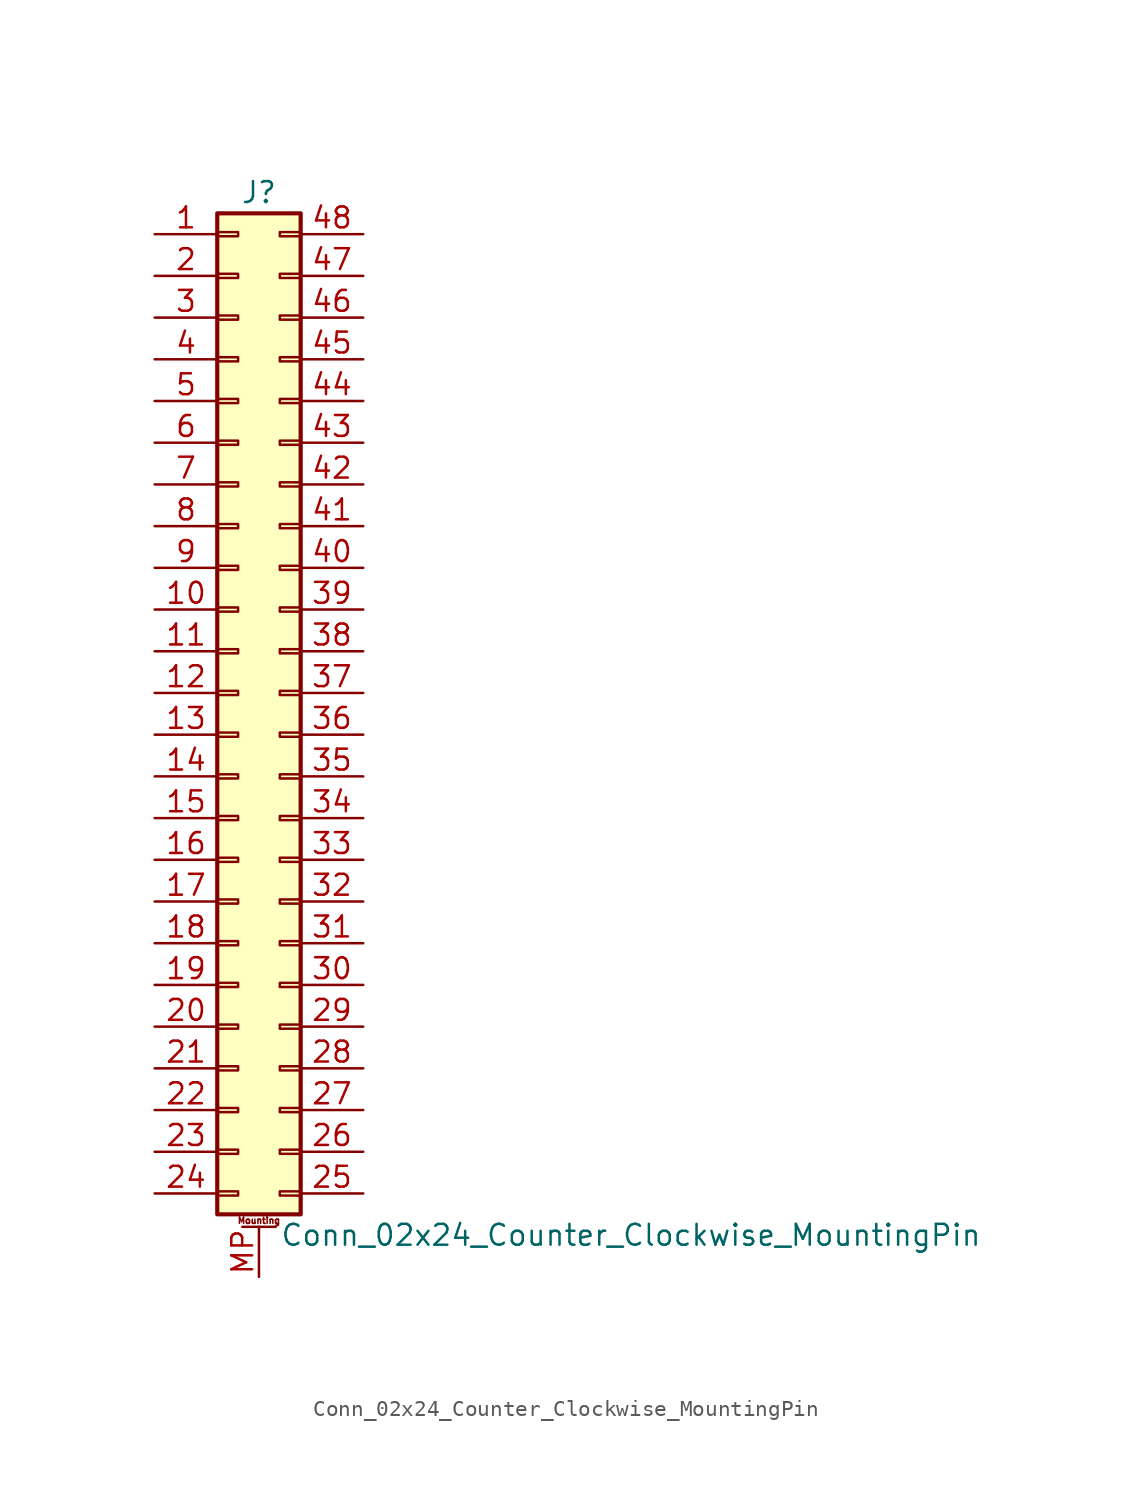
<source format=kicad_sym>
(kicad_symbol_lib
  (version 20211014)
  (generator kicad_symbol_editor)
  (symbol "Conn_02x24_Counter_Clockwise_MountingPin"
    (pin_names
      (offset 1.016) hide)
    (property "Reference" "J"
      (at 1.27 30.48 0)
      (effects (font (size 1.27 1.27))))
    (property "Value" "Conn_02x24_Counter_Clockwise_MountingPin"
      (at 2.54 -33.02 0)
      (effects (font (size 1.27 1.27)) (justify left)))
    (symbol "Conn_02x24_Counter_Clockwise_MountingPin_1_1"
      (rectangle (start -1.27 -30.353) (end 0 -30.607) (stroke (width 0.152) (type default) (color 0 0 0 0)) (fill (type none)))
      (rectangle (start -1.27 -27.813) (end 0 -28.067) (stroke (width 0.152) (type default) (color 0 0 0 0)) (fill (type none)))
      (rectangle (start -1.27 -25.273) (end 0 -25.527) (stroke (width 0.152) (type default) (color 0 0 0 0)) (fill (type none)))
      (rectangle (start -1.27 -22.733) (end 0 -22.987) (stroke (width 0.152) (type default) (color 0 0 0 0)) (fill (type none)))
      (rectangle (start -1.27 -20.193) (end 0 -20.447) (stroke (width 0.152) (type default) (color 0 0 0 0)) (fill (type none)))
      (rectangle (start -1.27 -17.653) (end 0 -17.907) (stroke (width 0.152) (type default) (color 0 0 0 0)) (fill (type none)))
      (rectangle (start -1.27 -15.113) (end 0 -15.367) (stroke (width 0.152) (type default) (color 0 0 0 0)) (fill (type none)))
      (rectangle (start -1.27 -12.573) (end 0 -12.827) (stroke (width 0.152) (type default) (color 0 0 0 0)) (fill (type none)))
      (rectangle (start -1.27 -10.033) (end 0 -10.287) (stroke (width 0.152) (type default) (color 0 0 0 0)) (fill (type none)))
      (rectangle (start -1.27 -7.493) (end 0 -7.747) (stroke (width 0.152) (type default) (color 0 0 0 0)) (fill (type none)))
      (rectangle (start -1.27 -4.953) (end 0 -5.207) (stroke (width 0.152) (type default) (color 0 0 0 0)) (fill (type none)))
      (rectangle (start -1.27 -2.413) (end 0 -2.667) (stroke (width 0.152) (type default) (color 0 0 0 0)) (fill (type none)))
      (rectangle (start -1.27 0.127) (end 0 -0.127) (stroke (width 0.152) (type default) (color 0 0 0 0)) (fill (type none)))
      (rectangle (start -1.27 2.667) (end 0 2.413) (stroke (width 0.152) (type default) (color 0 0 0 0)) (fill (type none)))
      (rectangle (start -1.27 5.207) (end 0 4.953) (stroke (width 0.152) (type default) (color 0 0 0 0)) (fill (type none)))
      (rectangle (start -1.27 7.747) (end 0 7.493) (stroke (width 0.152) (type default) (color 0 0 0 0)) (fill (type none)))
      (rectangle (start -1.27 10.287) (end 0 10.033) (stroke (width 0.152) (type default) (color 0 0 0 0)) (fill (type none)))
      (rectangle (start -1.27 12.827) (end 0 12.573) (stroke (width 0.152) (type default) (color 0 0 0 0)) (fill (type none)))
      (rectangle (start -1.27 15.367) (end 0 15.113) (stroke (width 0.152) (type default) (color 0 0 0 0)) (fill (type none)))
      (rectangle (start -1.27 17.907) (end 0 17.653) (stroke (width 0.152) (type default) (color 0 0 0 0)) (fill (type none)))
      (rectangle (start -1.27 20.447) (end 0 20.193) (stroke (width 0.152) (type default) (color 0 0 0 0)) (fill (type none)))
      (rectangle (start -1.27 22.987) (end 0 22.733) (stroke (width 0.152) (type default) (color 0 0 0 0)) (fill (type none)))
      (rectangle (start -1.27 25.527) (end 0 25.273) (stroke (width 0.152) (type default) (color 0 0 0 0)) (fill (type none)))
      (rectangle (start -1.27 28.067) (end 0 27.813) (stroke (width 0.152) (type default) (color 0 0 0 0)) (fill (type none)))
      (rectangle (start -1.27 29.21) (end 3.81 -31.75) (stroke (width 0.254) (type default) (color 0 0 0 0)) (fill (type background)))
      (polyline (pts (xy 0.254 -32.512) (xy 2.286 -32.512)) (stroke (width 0.152) (type default) (color 0 0 0 0)) (fill (type none)))
      (rectangle (start 3.81 -30.353) (end 2.54 -30.607) (stroke (width 0.152) (type default) (color 0 0 0 0)) (fill (type none)))
      (rectangle (start 3.81 -27.813) (end 2.54 -28.067) (stroke (width 0.152) (type default) (color 0 0 0 0)) (fill (type none)))
      (rectangle (start 3.81 -25.273) (end 2.54 -25.527) (stroke (width 0.152) (type default) (color 0 0 0 0)) (fill (type none)))
      (rectangle (start 3.81 -22.733) (end 2.54 -22.987) (stroke (width 0.152) (type default) (color 0 0 0 0)) (fill (type none)))
      (rectangle (start 3.81 -20.193) (end 2.54 -20.447) (stroke (width 0.152) (type default) (color 0 0 0 0)) (fill (type none)))
      (rectangle (start 3.81 -17.653) (end 2.54 -17.907) (stroke (width 0.152) (type default) (color 0 0 0 0)) (fill (type none)))
      (rectangle (start 3.81 -15.113) (end 2.54 -15.367) (stroke (width 0.152) (type default) (color 0 0 0 0)) (fill (type none)))
      (rectangle (start 3.81 -12.573) (end 2.54 -12.827) (stroke (width 0.152) (type default) (color 0 0 0 0)) (fill (type none)))
      (rectangle (start 3.81 -10.033) (end 2.54 -10.287) (stroke (width 0.152) (type default) (color 0 0 0 0)) (fill (type none)))
      (rectangle (start 3.81 -7.493) (end 2.54 -7.747) (stroke (width 0.152) (type default) (color 0 0 0 0)) (fill (type none)))
      (rectangle (start 3.81 -4.953) (end 2.54 -5.207) (stroke (width 0.152) (type default) (color 0 0 0 0)) (fill (type none)))
      (rectangle (start 3.81 -2.413) (end 2.54 -2.667) (stroke (width 0.152) (type default) (color 0 0 0 0)) (fill (type none)))
      (rectangle (start 3.81 0.127) (end 2.54 -0.127) (stroke (width 0.152) (type default) (color 0 0 0 0)) (fill (type none)))
      (rectangle (start 3.81 2.667) (end 2.54 2.413) (stroke (width 0.152) (type default) (color 0 0 0 0)) (fill (type none)))
      (rectangle (start 3.81 5.207) (end 2.54 4.953) (stroke (width 0.152) (type default) (color 0 0 0 0)) (fill (type none)))
      (rectangle (start 3.81 7.747) (end 2.54 7.493) (stroke (width 0.152) (type default) (color 0 0 0 0)) (fill (type none)))
      (rectangle (start 3.81 10.287) (end 2.54 10.033) (stroke (width 0.152) (type default) (color 0 0 0 0)) (fill (type none)))
      (rectangle (start 3.81 12.827) (end 2.54 12.573) (stroke (width 0.152) (type default) (color 0 0 0 0)) (fill (type none)))
      (rectangle (start 3.81 15.367) (end 2.54 15.113) (stroke (width 0.152) (type default) (color 0 0 0 0)) (fill (type none)))
      (rectangle (start 3.81 17.907) (end 2.54 17.653) (stroke (width 0.152) (type default) (color 0 0 0 0)) (fill (type none)))
      (rectangle (start 3.81 20.447) (end 2.54 20.193) (stroke (width 0.152) (type default) (color 0 0 0 0)) (fill (type none)))
      (rectangle (start 3.81 22.987) (end 2.54 22.733) (stroke (width 0.152) (type default) (color 0 0 0 0)) (fill (type none)))
      (rectangle (start 3.81 25.527) (end 2.54 25.273) (stroke (width 0.152) (type default) (color 0 0 0 0)) (fill (type none)))
      (rectangle (start 3.81 28.067) (end 2.54 27.813) (stroke (width 0.152) (type default) (color 0 0 0 0)) (fill (type none)))
      (text "Mounting" (at 1.27 -32.131 0) (effects (font (size 0.381 0.381))))
      (pin passive line (at -5.08 27.94 0) (length 3.81) (name "Pin_1" (effects (font (size 1.27 1.27)))) (number "1" (effects (font (size 1.27 1.27)))))
      (pin passive line (at -5.08 5.08 0) (length 3.81) (name "Pin_10" (effects (font (size 1.27 1.27)))) (number "10" (effects (font (size 1.27 1.27)))))
      (pin passive line (at -5.08 2.54 0) (length 3.81) (name "Pin_11" (effects (font (size 1.27 1.27)))) (number "11" (effects (font (size 1.27 1.27)))))
      (pin passive line (at -5.08 0 0) (length 3.81) (name "Pin_12" (effects (font (size 1.27 1.27)))) (number "12" (effects (font (size 1.27 1.27)))))
      (pin passive line (at -5.08 -2.54 0) (length 3.81) (name "Pin_13" (effects (font (size 1.27 1.27)))) (number "13" (effects (font (size 1.27 1.27)))))
      (pin passive line (at -5.08 -5.08 0) (length 3.81) (name "Pin_14" (effects (font (size 1.27 1.27)))) (number "14" (effects (font (size 1.27 1.27)))))
      (pin passive line (at -5.08 -7.62 0) (length 3.81) (name "Pin_15" (effects (font (size 1.27 1.27)))) (number "15" (effects (font (size 1.27 1.27)))))
      (pin passive line (at -5.08 -10.16 0) (length 3.81) (name "Pin_16" (effects (font (size 1.27 1.27)))) (number "16" (effects (font (size 1.27 1.27)))))
      (pin passive line (at -5.08 -12.7 0) (length 3.81) (name "Pin_17" (effects (font (size 1.27 1.27)))) (number "17" (effects (font (size 1.27 1.27)))))
      (pin passive line (at -5.08 -15.24 0) (length 3.81) (name "Pin_18" (effects (font (size 1.27 1.27)))) (number "18" (effects (font (size 1.27 1.27)))))
      (pin passive line (at -5.08 -17.78 0) (length 3.81) (name "Pin_19" (effects (font (size 1.27 1.27)))) (number "19" (effects (font (size 1.27 1.27)))))
      (pin passive line (at -5.08 25.4 0) (length 3.81) (name "Pin_2" (effects (font (size 1.27 1.27)))) (number "2" (effects (font (size 1.27 1.27)))))
      (pin passive line (at -5.08 -20.32 0) (length 3.81) (name "Pin_20" (effects (font (size 1.27 1.27)))) (number "20" (effects (font (size 1.27 1.27)))))
      (pin passive line (at -5.08 -22.86 0) (length 3.81) (name "Pin_21" (effects (font (size 1.27 1.27)))) (number "21" (effects (font (size 1.27 1.27)))))
      (pin passive line (at -5.08 -25.4 0) (length 3.81) (name "Pin_22" (effects (font (size 1.27 1.27)))) (number "22" (effects (font (size 1.27 1.27)))))
      (pin passive line (at -5.08 -27.94 0) (length 3.81) (name "Pin_23" (effects (font (size 1.27 1.27)))) (number "23" (effects (font (size 1.27 1.27)))))
      (pin passive line (at -5.08 -30.48 0) (length 3.81) (name "Pin_24" (effects (font (size 1.27 1.27)))) (number "24" (effects (font (size 1.27 1.27)))))
      (pin passive line (at 7.62 -30.48 180) (length 3.81) (name "Pin_25" (effects (font (size 1.27 1.27)))) (number "25" (effects (font (size 1.27 1.27)))))
      (pin passive line (at 7.62 -27.94 180) (length 3.81) (name "Pin_26" (effects (font (size 1.27 1.27)))) (number "26" (effects (font (size 1.27 1.27)))))
      (pin passive line (at 7.62 -25.4 180) (length 3.81) (name "Pin_27" (effects (font (size 1.27 1.27)))) (number "27" (effects (font (size 1.27 1.27)))))
      (pin passive line (at 7.62 -22.86 180) (length 3.81) (name "Pin_28" (effects (font (size 1.27 1.27)))) (number "28" (effects (font (size 1.27 1.27)))))
      (pin passive line (at 7.62 -20.32 180) (length 3.81) (name "Pin_29" (effects (font (size 1.27 1.27)))) (number "29" (effects (font (size 1.27 1.27)))))
      (pin passive line (at -5.08 22.86 0) (length 3.81) (name "Pin_3" (effects (font (size 1.27 1.27)))) (number "3" (effects (font (size 1.27 1.27)))))
      (pin passive line (at 7.62 -17.78 180) (length 3.81) (name "Pin_30" (effects (font (size 1.27 1.27)))) (number "30" (effects (font (size 1.27 1.27)))))
      (pin passive line (at 7.62 -15.24 180) (length 3.81) (name "Pin_31" (effects (font (size 1.27 1.27)))) (number "31" (effects (font (size 1.27 1.27)))))
      (pin passive line (at 7.62 -12.7 180) (length 3.81) (name "Pin_32" (effects (font (size 1.27 1.27)))) (number "32" (effects (font (size 1.27 1.27)))))
      (pin passive line (at 7.62 -10.16 180) (length 3.81) (name "Pin_33" (effects (font (size 1.27 1.27)))) (number "33" (effects (font (size 1.27 1.27)))))
      (pin passive line (at 7.62 -7.62 180) (length 3.81) (name "Pin_34" (effects (font (size 1.27 1.27)))) (number "34" (effects (font (size 1.27 1.27)))))
      (pin passive line (at 7.62 -5.08 180) (length 3.81) (name "Pin_35" (effects (font (size 1.27 1.27)))) (number "35" (effects (font (size 1.27 1.27)))))
      (pin passive line (at 7.62 -2.54 180) (length 3.81) (name "Pin_36" (effects (font (size 1.27 1.27)))) (number "36" (effects (font (size 1.27 1.27)))))
      (pin passive line (at 7.62 0 180) (length 3.81) (name "Pin_37" (effects (font (size 1.27 1.27)))) (number "37" (effects (font (size 1.27 1.27)))))
      (pin passive line (at 7.62 2.54 180) (length 3.81) (name "Pin_38" (effects (font (size 1.27 1.27)))) (number "38" (effects (font (size 1.27 1.27)))))
      (pin passive line (at 7.62 5.08 180) (length 3.81) (name "Pin_39" (effects (font (size 1.27 1.27)))) (number "39" (effects (font (size 1.27 1.27)))))
      (pin passive line (at -5.08 20.32 0) (length 3.81) (name "Pin_4" (effects (font (size 1.27 1.27)))) (number "4" (effects (font (size 1.27 1.27)))))
      (pin passive line (at 7.62 7.62 180) (length 3.81) (name "Pin_40" (effects (font (size 1.27 1.27)))) (number "40" (effects (font (size 1.27 1.27)))))
      (pin passive line (at 7.62 10.16 180) (length 3.81) (name "Pin_41" (effects (font (size 1.27 1.27)))) (number "41" (effects (font (size 1.27 1.27)))))
      (pin passive line (at 7.62 12.7 180) (length 3.81) (name "Pin_42" (effects (font (size 1.27 1.27)))) (number "42" (effects (font (size 1.27 1.27)))))
      (pin passive line (at 7.62 15.24 180) (length 3.81) (name "Pin_43" (effects (font (size 1.27 1.27)))) (number "43" (effects (font (size 1.27 1.27)))))
      (pin passive line (at 7.62 17.78 180) (length 3.81) (name "Pin_44" (effects (font (size 1.27 1.27)))) (number "44" (effects (font (size 1.27 1.27)))))
      (pin passive line (at 7.62 20.32 180) (length 3.81) (name "Pin_45" (effects (font (size 1.27 1.27)))) (number "45" (effects (font (size 1.27 1.27)))))
      (pin passive line (at 7.62 22.86 180) (length 3.81) (name "Pin_46" (effects (font (size 1.27 1.27)))) (number "46" (effects (font (size 1.27 1.27)))))
      (pin passive line (at 7.62 25.4 180) (length 3.81) (name "Pin_47" (effects (font (size 1.27 1.27)))) (number "47" (effects (font (size 1.27 1.27)))))
      (pin passive line (at 7.62 27.94 180) (length 3.81) (name "Pin_48" (effects (font (size 1.27 1.27)))) (number "48" (effects (font (size 1.27 1.27)))))
      (pin passive line (at -5.08 17.78 0) (length 3.81) (name "Pin_5" (effects (font (size 1.27 1.27)))) (number "5" (effects (font (size 1.27 1.27)))))
      (pin passive line (at -5.08 15.24 0) (length 3.81) (name "Pin_6" (effects (font (size 1.27 1.27)))) (number "6" (effects (font (size 1.27 1.27)))))
      (pin passive line (at -5.08 12.7 0) (length 3.81) (name "Pin_7" (effects (font (size 1.27 1.27)))) (number "7" (effects (font (size 1.27 1.27)))))
      (pin passive line (at -5.08 10.16 0) (length 3.81) (name "Pin_8" (effects (font (size 1.27 1.27)))) (number "8" (effects (font (size 1.27 1.27)))))
      (pin passive line (at -5.08 7.62 0) (length 3.81) (name "Pin_9" (effects (font (size 1.27 1.27)))) (number "9" (effects (font (size 1.27 1.27)))))
      (pin passive line (at 1.27 -35.56 90) (length 3.048) (name "MountPin" (effects (font (size 1.27 1.27)))) (number "MP" (effects (font (size 1.27 1.27))))))))
</source>
